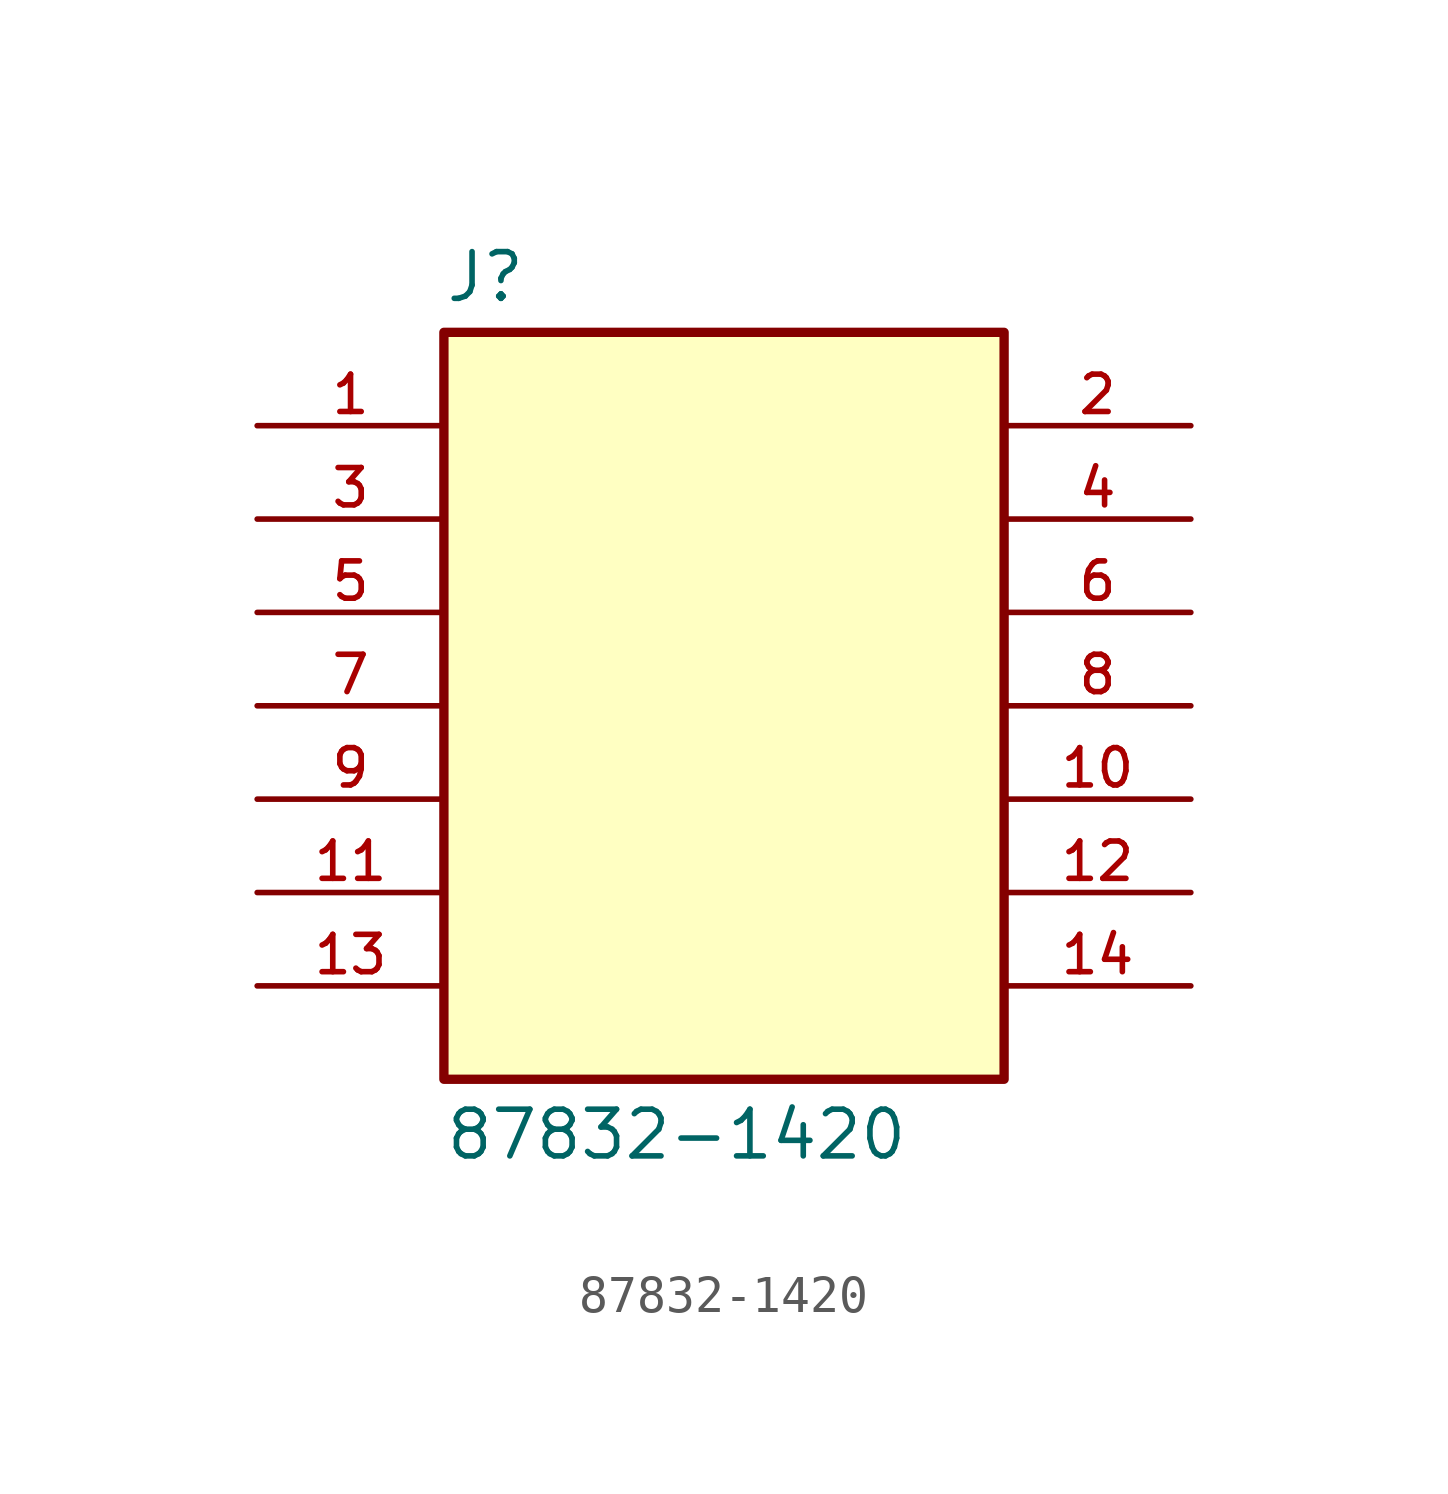
<source format=kicad_sym>
(kicad_symbol_lib
  (version 20231120)
  (generator "kicad_symbol_editor")
  (generator_version "8.0")
  (symbol "87832-1420"
    (pin_names
      (offset 1.016))
    (property "Reference" "J"
      (at -26.67 47.752 0)
      (effects (font (size 1.27 1.27)) (justify left bottom)))
    (property "Value" "87832-1420"
      (at -26.67 25.908 0)
      (effects (font (size 1.27 1.27)) (justify left top)))
    (symbol "87832-1420_0_0"
      (rectangle (start -26.67 46.99) (end -11.43 26.67) (stroke (width 0.254) (type default)) (fill (type background))))
    (symbol "87832-1420_1_0"
      (pin passive line (at -31.75 44.45 0) (length 5.08) (name "" (effects (font (size 1.016 1.016)))) (number "1" (effects (font (size 1.016 1.016)))))
      (pin passive line (at -6.35 34.29 180) (length 5.08) (name "" (effects (font (size 1.016 1.016)))) (number "10" (effects (font (size 1.016 1.016)))))
      (pin passive line (at -31.75 31.75 0) (length 5.08) (name "" (effects (font (size 1.016 1.016)))) (number "11" (effects (font (size 1.016 1.016)))))
      (pin passive line (at -6.35 31.75 180) (length 5.08) (name "" (effects (font (size 1.016 1.016)))) (number "12" (effects (font (size 1.016 1.016)))))
      (pin passive line (at -31.75 29.21 0) (length 5.08) (name "" (effects (font (size 1.016 1.016)))) (number "13" (effects (font (size 1.016 1.016)))))
      (pin passive line (at -6.35 29.21 180) (length 5.08) (name "" (effects (font (size 1.016 1.016)))) (number "14" (effects (font (size 1.016 1.016)))))
      (pin passive line (at -6.35 44.45 180) (length 5.08) (name "" (effects (font (size 1.016 1.016)))) (number "2" (effects (font (size 1.016 1.016)))))
      (pin passive line (at -31.75 41.91 0) (length 5.08) (name "" (effects (font (size 1.016 1.016)))) (number "3" (effects (font (size 1.016 1.016)))))
      (pin passive line (at -6.35 41.91 180) (length 5.08) (name "" (effects (font (size 1.016 1.016)))) (number "4" (effects (font (size 1.016 1.016)))))
      (pin passive line (at -31.75 39.37 0) (length 5.08) (name "" (effects (font (size 1.016 1.016)))) (number "5" (effects (font (size 1.016 1.016)))))
      (pin passive line (at -6.35 39.37 180) (length 5.08) (name "" (effects (font (size 1.016 1.016)))) (number "6" (effects (font (size 1.016 1.016)))))
      (pin passive line (at -31.75 36.83 0) (length 5.08) (name "" (effects (font (size 1.016 1.016)))) (number "7" (effects (font (size 1.016 1.016)))))
      (pin passive line (at -6.35 36.83 180) (length 5.08) (name "" (effects (font (size 1.016 1.016)))) (number "8" (effects (font (size 1.016 1.016)))))
      (pin passive line (at -31.75 34.29 0) (length 5.08) (name "" (effects (font (size 1.016 1.016)))) (number "9" (effects (font (size 1.016 1.016))))))))
</source>
